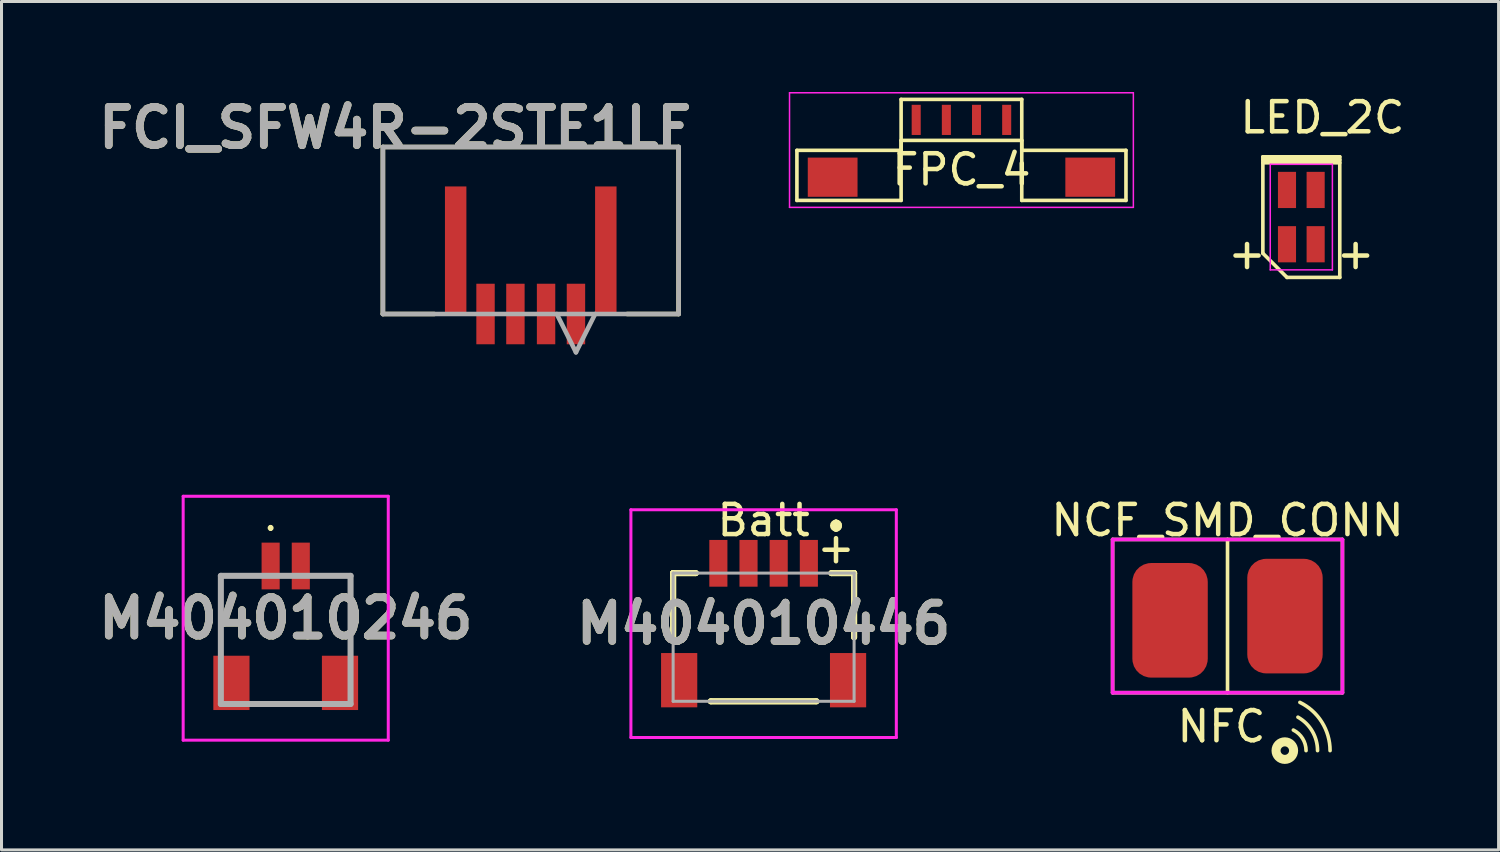
<source format=kicad_pcb>
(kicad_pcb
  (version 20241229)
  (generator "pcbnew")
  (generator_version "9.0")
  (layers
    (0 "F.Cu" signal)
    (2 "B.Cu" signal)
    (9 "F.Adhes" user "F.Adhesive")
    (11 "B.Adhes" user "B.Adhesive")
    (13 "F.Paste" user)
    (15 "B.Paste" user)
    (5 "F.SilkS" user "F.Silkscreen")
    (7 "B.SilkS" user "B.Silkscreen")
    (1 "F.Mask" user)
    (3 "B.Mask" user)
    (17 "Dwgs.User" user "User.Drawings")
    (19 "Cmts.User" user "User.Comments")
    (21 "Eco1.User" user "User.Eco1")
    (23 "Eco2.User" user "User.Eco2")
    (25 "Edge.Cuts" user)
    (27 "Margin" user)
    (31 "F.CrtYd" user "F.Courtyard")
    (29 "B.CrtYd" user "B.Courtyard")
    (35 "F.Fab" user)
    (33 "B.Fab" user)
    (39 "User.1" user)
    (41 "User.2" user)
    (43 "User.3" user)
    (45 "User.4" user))
  (footprint "M404010446"
    (layer "F.Cu")
    (at 22.268 19.502)
    (property "Reference" "M404010446" (at 0 -1.875 0) (layer "F.SilkS") (effects (font (size 1.27 1.27) (thickness 0.254))))
    (attr smd)
    (fp_line (start -3 -3.55) (end -3 -3.55) (stroke (width 0.2) (type solid)) (layer "F.SilkS"))
    (fp_line (start -3 -3.55) (end -3 -3.55) (stroke (width 0.2) (type solid)) (layer "F.SilkS"))
    (fp_line (start -3 -3.55) (end -3 -1.425) (stroke (width 0.2) (type solid)) (layer "F.SilkS"))
    (fp_line (start -3 -3.55) (end -2.25 -3.55) (stroke (width 0.2) (type solid)) (layer "F.SilkS"))
    (fp_line (start -3 -1.425) (end -3 -3.55) (stroke (width 0.2) (type solid)) (layer "F.SilkS"))
    (fp_line (start -3 -1.425) (end -3 -1.425) (stroke (width 0.2) (type solid)) (layer "F.SilkS"))
    (fp_line (start -2.25 -3.55) (end -3 -3.55) (stroke (width 0.2) (type solid)) (layer "F.SilkS"))
    (fp_line (start -2.25 -3.55) (end -2.25 -3.55) (stroke (width 0.2) (type solid)) (layer "F.SilkS"))
    (fp_line (start -1.75 0.7) (end -1.75 0.7) (stroke (width 0.2) (type solid)) (layer "F.SilkS"))
    (fp_line (start -1.75 0.7) (end 1.75 0.7) (stroke (width 0.2) (type solid)) (layer "F.SilkS"))
    (fp_line (start 1.75 0.7) (end -1.75 0.7) (stroke (width 0.2) (type solid)) (layer "F.SilkS"))
    (fp_line (start 1.75 0.7) (end 1.75 0.7) (stroke (width 0.2) (type solid)) (layer "F.SilkS"))
    (fp_line (start 2.25 -3.55) (end 2.25 -3.55) (stroke (width 0.2) (type solid)) (layer "F.SilkS"))
    (fp_line (start 2.25 -3.55) (end 3 -3.55) (stroke (width 0.2) (type solid)) (layer "F.SilkS"))
    (fp_line (start 2.4 -5.225) (end 2.4 -5.225) (stroke (width 0.2) (type solid)) (layer "F.SilkS"))
    (fp_line (start 2.4 -5.025) (end 2.4 -5.025) (stroke (width 0.2) (type solid)) (layer "F.SilkS"))
    (fp_line (start 2.4 -5.025) (end 2.4 -5.025) (stroke (width 0.2) (type solid)) (layer "F.SilkS"))
    (fp_line (start 3 -3.55) (end 2.25 -3.55) (stroke (width 0.2) (type solid)) (layer "F.SilkS"))
    (fp_line (start 3 -3.55) (end 3 -3.55) (stroke (width 0.2) (type solid)) (layer "F.SilkS"))
    (fp_line (start 3 -3.55) (end 3 -3.55) (stroke (width 0.2) (type solid)) (layer "F.SilkS"))
    (fp_line (start 3 -3.55) (end 3 -1.425) (stroke (width 0.2) (type solid)) (layer "F.SilkS"))
    (fp_line (start 3 -1.425) (end 3 -3.55) (stroke (width 0.2) (type solid)) (layer "F.SilkS"))
    (fp_line (start 3 -1.425) (end 3 -1.425) (stroke (width 0.2) (type solid)) (layer "F.SilkS"))
    (fp_arc (start 2.4 -5.225) (mid 2.5 -5.125) (end 2.4 -5.025) (stroke (width 0.2) (type solid)) (layer "F.SilkS"))
    (fp_arc (start 2.4 -5.225) (mid 2.5 -5.125) (end 2.4 -5.025) (stroke (width 0.2) (type solid)) (layer "F.SilkS"))
    (fp_arc (start 2.4 -5.025) (mid 2.3 -5.125) (end 2.4 -5.225) (stroke (width 0.2) (type solid)) (layer "F.SilkS"))
    (fp_line (start -4.4 -5.651) (end 4.4 -5.651) (stroke (width 0.1) (type solid)) (layer "F.CrtYd"))
    (fp_line (start -4.4 1.9) (end -4.4 -5.651) (stroke (width 0.1) (type solid)) (layer "F.CrtYd"))
    (fp_line (start 4.4 -5.651) (end 4.4 1.9) (stroke (width 0.1) (type solid)) (layer "F.CrtYd"))
    (fp_line (start 4.4 1.9) (end -4.4 1.9) (stroke (width 0.1) (type solid)) (layer "F.CrtYd"))
    (fp_line (start -3 -3.55) (end -3 0.7) (stroke (width 0.1) (type solid)) (layer "F.Fab"))
    (fp_line (start -3 0.7) (end 3 0.7) (stroke (width 0.1) (type solid)) (layer "F.Fab"))
    (fp_line (start 3 -3.55) (end -3 -3.55) (stroke (width 0.1) (type solid)) (layer "F.Fab"))
    (fp_line (start 3 0.7) (end 3 -3.55) (stroke (width 0.1) (type solid)) (layer "F.Fab"))
    (fp_text user "Batt" (at 0 -5.3 0) (layer "F.SilkS") (effects (font (size 1 1) (thickness 0.15))))
    (fp_text user "+" (at 2.4 -4.4 0) (layer "F.SilkS") (effects (font (size 1 1) (thickness 0.15))))
    (fp_text user "${REFERENCE}" (at 0 -1.875 0) (layer "F.Fab") (effects (font (size 1.27 1.27) (thickness 0.254))))
    (pad "1" smd rect (at -1.5 -3.875) (size 0.6 1.55) (layers "F.Cu" "F.Mask" "F.Paste"))
    (pad "2" smd rect (at -0.5 -3.875) (size 0.6 1.55) (layers "F.Cu" "F.Mask" "F.Paste"))
    (pad "3" smd rect (at 0.5 -3.875) (size 0.6 1.55) (layers "F.Cu" "F.Mask" "F.Paste"))
    (pad "4" smd rect (at -2.8 0) (size 1.2 1.8) (layers "F.Cu" "F.Mask" "F.Paste"))
    (pad "4" smd rect (at 1.5 -3.875) (size 0.6 1.55) (layers "F.Cu" "F.Mask" "F.Paste"))
    (pad "4" smd rect (at 2.8 0) (size 1.2 1.8) (layers "F.Cu" "F.Mask" "F.Paste")))
  (footprint "LED_2C"
    (layer "F.Cu")
    (at 40.096 4.148)
    (property "Reference" "LED_2C" (at 0.7 -3.3 180) (layer "F.SilkS") (effects (font (size 1 1) (thickness 0.15))))
    (attr smd)
    (fp_line (start -1.275 -2) (end 1.275 -2) (stroke (width 0.12) (type solid)) (layer "F.SilkS"))
    (fp_line (start -1.275 -1.9) (end 1.275 -1.9) (stroke (width 0.12) (type solid)) (layer "F.SilkS"))
    (fp_line (start -1.275 -1.8) (end 1.275 -1.8) (stroke (width 0.12) (type solid)) (layer "F.SilkS"))
    (fp_line (start -1.275 1.2) (end -1.275 -2) (stroke (width 0.12) (type solid)) (layer "F.SilkS"))
    (fp_line (start -0.475 2) (end -1.275 1.2) (stroke (width 0.12) (type solid)) (layer "F.SilkS"))
    (fp_line (start 1.275 -2) (end 1.275 2) (stroke (width 0.12) (type solid)) (layer "F.SilkS"))
    (fp_line (start 1.275 2) (end -0.475 2) (stroke (width 0.12) (type solid)) (layer "F.SilkS"))
    (fp_line (start -1.03 -1.75) (end 1.03 -1.75) (stroke (width 0.05) (type solid)) (layer "F.CrtYd"))
    (fp_line (start -1.03 1.75) (end -1.03 -1.75) (stroke (width 0.05) (type solid)) (layer "F.CrtYd"))
    (fp_line (start 1.03 -1.75) (end 1.03 1.75) (stroke (width 0.05) (type solid)) (layer "F.CrtYd"))
    (fp_line (start 1.03 1.75) (end -1.03 1.75) (stroke (width 0.05) (type solid)) (layer "F.CrtYd"))
    (fp_text user "+" (at -1.8 1.2 0) (layer "F.SilkS") (effects (font (size 1 1) (thickness 0.15))))
    (fp_text user "+" (at 1.8 1.2 0) (layer "F.SilkS") (effects (font (size 1 1) (thickness 0.15))))
    (pad "1" smd rect (at -0.475 0.9) (size 0.6 1.2) (layers "F.Cu" "F.Mask" "F.Paste"))
    (pad "2" smd rect (at -0.475 -0.9) (size 0.6 1.2) (layers "F.Cu" "F.Mask" "F.Paste"))
    (pad "3" smd rect (at 0.475 -0.9) (size 0.6 1.2) (layers "F.Cu" "F.Mask" "F.Paste"))
    (pad "4" smd rect (at 0.475 0.9) (size 0.6 1.2) (layers "F.Cu" "F.Mask" "F.Paste")))
  (footprint "NCF_SMD_CONN"
    (layer "F.Cu")
    (at 37.649 14.837)
    (property "Reference" "NCF_SMD_CONN" (at 0 -0.635 0) (layer "F.SilkS") (effects (font (size 1 1) (thickness 0.15))))
    (attr through_hole)
    (fp_line (start -3.81 0) (end 0 0) (stroke (width 0.12) (type solid)) (layer "F.SilkS"))
    (fp_line (start -3.81 5.08) (end -3.81 0) (stroke (width 0.12) (type solid)) (layer "F.SilkS"))
    (fp_line (start 0 0) (end 0 5.08) (stroke (width 0.12) (type solid)) (layer "F.SilkS"))
    (fp_line (start 0 0) (end 3.81 0) (stroke (width 0.12) (type solid)) (layer "F.SilkS"))
    (fp_line (start 3.81 0) (end 3.81 5.08) (stroke (width 0.12) (type solid)) (layer "F.SilkS"))
    (fp_line (start 3.81 5.08) (end -3.81 5.08) (stroke (width 0.12) (type solid)) (layer "F.SilkS"))
    (fp_arc (start 2.182777 6.318446) (mid 2.490196 6.599393) (end 2.604 7) (stroke (width 0.12) (type solid)) (layer "F.SilkS"))
    (fp_arc (start 2.334696 5.891453) (mid 2.810425 6.357394) (end 2.985 7) (stroke (width 0.12) (type solid)) (layer "F.SilkS"))
    (fp_arc (start 2.399508 5.401011) (mid 3.129265 6.0569) (end 3.4 7) (stroke (width 0.12) (type solid)) (layer "F.SilkS"))
    (fp_circle (center 1.9 7) (end 2.041 7) (stroke (width 0.3) (type solid)) (fill no) (layer "F.SilkS"))
    (fp_line (start -3.81 0) (end 3.81 0) (stroke (width 0.12) (type solid)) (layer "F.CrtYd"))
    (fp_line (start -3.81 5.08) (end -3.81 0) (stroke (width 0.12) (type solid)) (layer "F.CrtYd"))
    (fp_line (start 3.81 0) (end 3.81 5.08) (stroke (width 0.12) (type solid)) (layer "F.CrtYd"))
    (fp_line (start 3.81 5.08) (end -3.81 5.08) (stroke (width 0.12) (type solid)) (layer "F.CrtYd"))
    (fp_text user "NFC" (at -0.2 6.2 0) (layer "F.SilkS") (effects (font (size 1 1) (thickness 0.15))))
    (pad "1" smd roundrect (at -1.905 2.68 90) (size 3.8 2.5) (layers "F.Cu" "F.Mask" "F.Paste") (roundrect_rratio 0.25))
    (pad "2" smd roundrect (at 1.905 2.54 90) (size 3.8 2.5) (layers "F.Cu" "F.Mask" "F.Paste") (roundrect_rratio 0.25)))
  (footprint "FCI_SFW4R-2STE1LF"
    (layer "F.Cu")
    (at 14.547 10.104)
    (property "Reference" "FCI_SFW4R-2STE1LF" (at -4.496 -8.915 0) (layer "F.SilkS") (effects (font (size 1.27 1.27) (thickness 0.254))))
    (attr smd)
    (fp_line (start -4.902 -8.28) (end -4.902 -2.743) (stroke (width 0.152) (type solid)) (layer "F.SilkS"))
    (fp_line (start -4.902 -2.743) (end -3.2 -2.743) (stroke (width 0.152) (type solid)) (layer "F.SilkS"))
    (fp_line (start 3.2 -2.743) (end 4.902 -2.743) (stroke (width 0.152) (type solid)) (layer "F.SilkS"))
    (fp_line (start 4.902 -8.28) (end -4.902 -8.28) (stroke (width 0.152) (type solid)) (layer "F.SilkS"))
    (fp_line (start 4.902 -2.743) (end 4.902 -8.28) (stroke (width 0.152) (type solid)) (layer "F.SilkS"))
    (fp_line (start -4.902 -8.28) (end -4.902 -2.743) (stroke (width 0.152) (type solid)) (layer "F.Fab"))
    (fp_line (start -4.902 -2.743) (end 4.902 -2.743) (stroke (width 0.152) (type solid)) (layer "F.Fab"))
    (fp_line (start 0.864 -2.743) (end 1.499 -1.473) (stroke (width 0.152) (type solid)) (layer "F.Fab"))
    (fp_line (start 2.134 -2.743) (end 1.499 -1.473) (stroke (width 0.152) (type solid)) (layer "F.Fab"))
    (fp_line (start 4.902 -8.28) (end -4.902 -8.28) (stroke (width 0.152) (type solid)) (layer "F.Fab"))
    (fp_line (start 4.902 -2.743) (end 4.902 -8.28) (stroke (width 0.152) (type solid)) (layer "F.Fab"))
    (fp_text user "${REFERENCE}" (at -4.496 -8.915 0) (layer "F.Fab") (effects (font (size 1.27 1.27) (thickness 0.254))))
    (pad "1" smd rect (at 1.499 -2.743) (size 0.61 2.007) (layers "F.Cu" "F.Mask" "F.Paste"))
    (pad "2" smd rect (at 0.508 -2.743) (size 0.61 2.007) (layers "F.Cu" "F.Mask" "F.Paste"))
    (pad "3" smd rect (at -0.508 -2.743) (size 0.61 2.007) (layers "F.Cu" "F.Mask" "F.Paste"))
    (pad "4" smd rect (at -1.499 -2.743) (size 0.61 2.007) (layers "F.Cu" "F.Mask" "F.Paste"))
    (pad "5" smd rect (at -2.489 -4.877) (size 0.711 4.191) (layers "F.Cu" "F.Mask" "F.Paste"))
    (pad "6" smd rect (at 2.489 -4.877) (size 0.711 4.191) (layers "F.Cu" "F.Mask" "F.Paste")))
  (footprint "FPC_4"
    (layer "F.Cu")
    (at 28.827 0.925)
    (property "Reference" "FPC_4" (at 0 1.65 0) (layer "F.SilkS") (effects (font (size 1 1) (thickness 0.15))))
    (attr smd)
    (fp_line (start -5.455 1.01) (end -2 1.01) (stroke (width 0.12) (type solid)) (layer "F.SilkS"))
    (fp_line (start -5.455 2.67) (end -5.455 1.01) (stroke (width 0.12) (type solid)) (layer "F.SilkS"))
    (fp_line (start -2 -0.68) (end 2 -0.68) (stroke (width 0.12) (type solid)) (layer "F.SilkS"))
    (fp_line (start -2 0.68) (end -2 2.67) (stroke (width 0.12) (type solid)) (layer "F.SilkS"))
    (fp_line (start -2 0.68) (end 2 0.68) (stroke (width 0.12) (type solid)) (layer "F.SilkS"))
    (fp_line (start -2 1.01) (end -2 -0.68) (stroke (width 0.12) (type solid)) (layer "F.SilkS"))
    (fp_line (start -2 2.67) (end -5.455 2.67) (stroke (width 0.12) (type solid)) (layer "F.SilkS"))
    (fp_line (start 2 0.68) (end 2 2.67) (stroke (width 0.12) (type solid)) (layer "F.SilkS"))
    (fp_line (start 2 1.01) (end 2 -0.68) (stroke (width 0.12) (type solid)) (layer "F.SilkS"))
    (fp_line (start 2 2.67) (end 5.455 2.67) (stroke (width 0.12) (type solid)) (layer "F.SilkS"))
    (fp_line (start 5.455 1.01) (end 2 1.01) (stroke (width 0.12) (type solid)) (layer "F.SilkS"))
    (fp_line (start 5.455 2.67) (end 5.455 1.01) (stroke (width 0.12) (type solid)) (layer "F.SilkS"))
    (fp_line (start -5.7 -0.9) (end -5.7 2.9) (stroke (width 0.05) (type solid)) (layer "F.CrtYd"))
    (fp_line (start -5.7 -0.9) (end 5.7 -0.9) (stroke (width 0.05) (type solid)) (layer "F.CrtYd"))
    (fp_line (start -5.7 2.9) (end 5.7 2.9) (stroke (width 0.05) (type solid)) (layer "F.CrtYd"))
    (fp_line (start 5.7 -0.9) (end 5.7 2.9) (stroke (width 0.05) (type solid)) (layer "F.CrtYd"))
    (pad "0" smd rect (at -4.27 1.9) (size 1.65 1.3) (layers "F.Cu" "F.Mask" "F.Paste"))
    (pad "0" smd rect (at 4.27 1.9) (size 1.65 1.3) (layers "F.Cu" "F.Mask" "F.Paste"))
    (pad "1" smd rect (at -1.5 0) (size 0.3 1) (layers "F.Cu" "F.Mask" "F.Paste"))
    (pad "2" smd rect (at -0.5 0) (size 0.3 1) (layers "F.Cu" "F.Mask" "F.Paste"))
    (pad "3" smd rect (at 0.5 0) (size 0.3 1) (layers "F.Cu" "F.Mask" "F.Paste"))
    (pad "4" smd rect (at 1.5 0) (size 0.3 1) (layers "F.Cu" "F.Mask" "F.Paste")))
  (footprint "M404010246"
    (layer "F.Cu")
    (at 6.423 18.004)
    (property "Reference" "M404010246" (at 0 -0.556 0) (layer "F.SilkS") (effects (font (size 1.27 1.27) (thickness 0.254))))
    (attr smd)
    (fp_line (start -2.15 -1.962) (end -2.15 0) (stroke (width 0.1) (type solid)) (layer "F.SilkS"))
    (fp_line (start -1 2.287) (end 1 2.287) (stroke (width 0.1) (type solid)) (layer "F.SilkS"))
    (fp_line (start -0.5 -3.6) (end -0.5 -3.6) (stroke (width 0.1) (type solid)) (layer "F.SilkS"))
    (fp_line (start -0.5 -3.5) (end -0.5 -3.5) (stroke (width 0.1) (type solid)) (layer "F.SilkS"))
    (fp_line (start 2.15 -2) (end 2.15 0) (stroke (width 0.1) (type solid)) (layer "F.SilkS"))
    (fp_arc (start -0.5 -3.6) (mid -0.45 -3.55) (end -0.5 -3.5) (stroke (width 0.1) (type solid)) (layer "F.SilkS"))
    (fp_arc (start -0.5 -3.5) (mid -0.55 -3.55) (end -0.5 -3.6) (stroke (width 0.1) (type solid)) (layer "F.SilkS"))
    (fp_line (start -3.4 -4.6) (end 3.4 -4.6) (stroke (width 0.1) (type solid)) (layer "F.CrtYd"))
    (fp_line (start -3.4 3.487) (end -3.4 -4.6) (stroke (width 0.1) (type solid)) (layer "F.CrtYd"))
    (fp_line (start 3.4 -4.6) (end 3.4 3.487) (stroke (width 0.1) (type solid)) (layer "F.CrtYd"))
    (fp_line (start 3.4 3.487) (end -3.4 3.487) (stroke (width 0.1) (type solid)) (layer "F.CrtYd"))
    (fp_line (start -2.15 -1.962) (end 2.15 -1.962) (stroke (width 0.2) (type solid)) (layer "F.Fab"))
    (fp_line (start -2.15 2.287) (end -2.15 -1.962) (stroke (width 0.2) (type solid)) (layer "F.Fab"))
    (fp_line (start 2.15 -1.962) (end 2.15 2.287) (stroke (width 0.2) (type solid)) (layer "F.Fab"))
    (fp_line (start 2.15 2.287) (end -2.15 2.287) (stroke (width 0.2) (type solid)) (layer "F.Fab"))
    (fp_text user "${REFERENCE}" (at 0 -0.556 0) (layer "F.Fab") (effects (font (size 1.27 1.27) (thickness 0.254))))
    (pad "1" smd rect (at -0.5 -2.288) (size 0.6 1.55) (layers "F.Cu" "F.Mask" "F.Paste"))
    (pad "2" smd rect (at 0.5 -2.288) (size 0.6 1.55) (layers "F.Cu" "F.Mask" "F.Paste"))
    (pad "MP1" smd rect (at 1.8 1.587) (size 1.2 1.8) (layers "F.Cu" "F.Mask" "F.Paste"))
    (pad "MP2" smd rect (at -1.8 1.587) (size 1.2 1.8) (layers "F.Cu" "F.Mask" "F.Paste")))
  (gr_rect
    (start -3 -3)
    (end 46.636 25.129)
    (stroke (width 0.1) (type default))
    (fill no)
    (layer "Edge.Cuts")))
</source>
